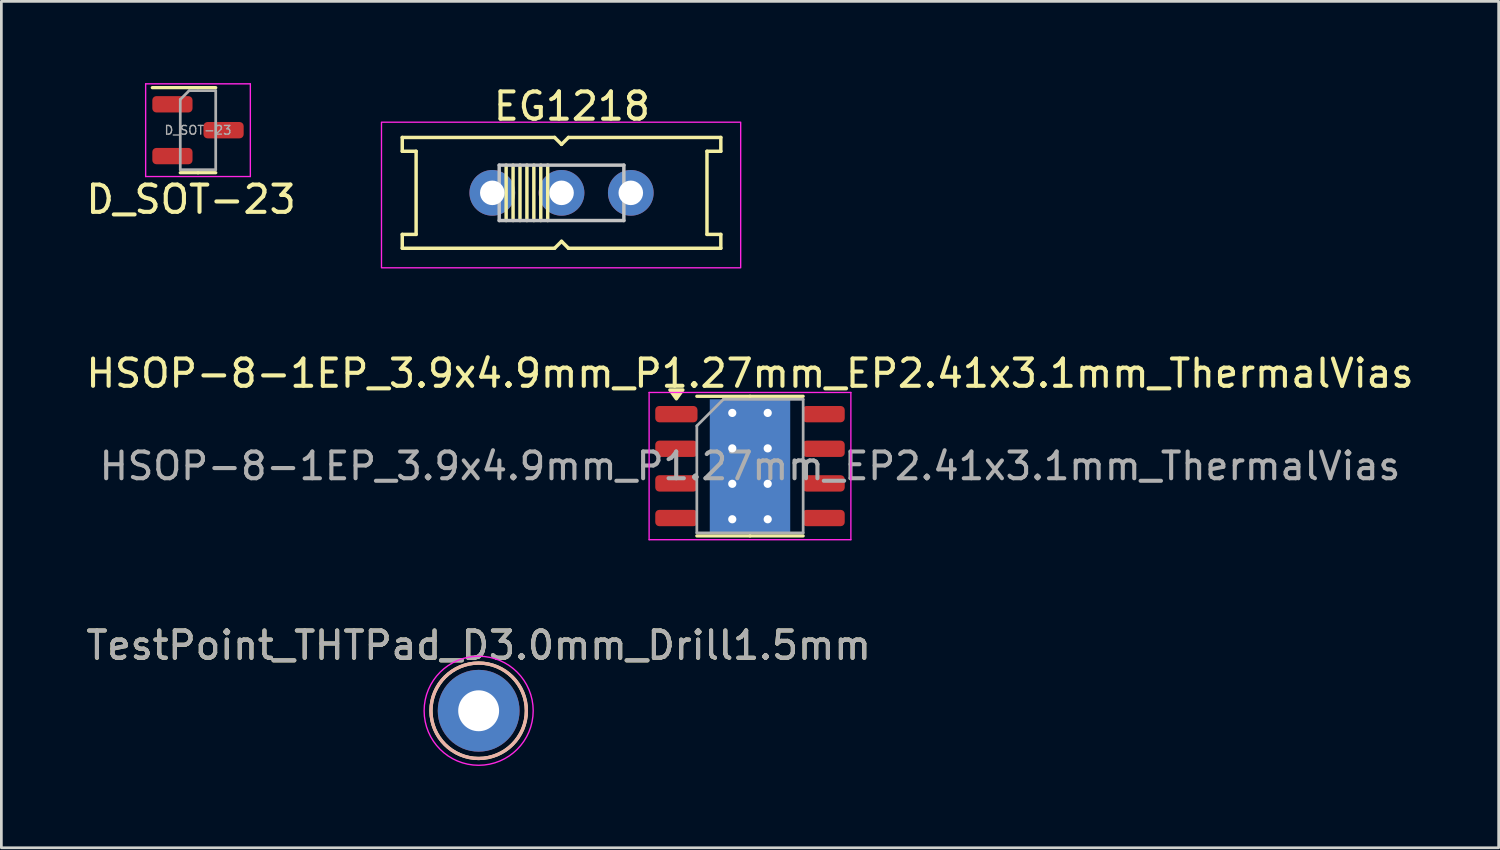
<source format=kicad_pcb>
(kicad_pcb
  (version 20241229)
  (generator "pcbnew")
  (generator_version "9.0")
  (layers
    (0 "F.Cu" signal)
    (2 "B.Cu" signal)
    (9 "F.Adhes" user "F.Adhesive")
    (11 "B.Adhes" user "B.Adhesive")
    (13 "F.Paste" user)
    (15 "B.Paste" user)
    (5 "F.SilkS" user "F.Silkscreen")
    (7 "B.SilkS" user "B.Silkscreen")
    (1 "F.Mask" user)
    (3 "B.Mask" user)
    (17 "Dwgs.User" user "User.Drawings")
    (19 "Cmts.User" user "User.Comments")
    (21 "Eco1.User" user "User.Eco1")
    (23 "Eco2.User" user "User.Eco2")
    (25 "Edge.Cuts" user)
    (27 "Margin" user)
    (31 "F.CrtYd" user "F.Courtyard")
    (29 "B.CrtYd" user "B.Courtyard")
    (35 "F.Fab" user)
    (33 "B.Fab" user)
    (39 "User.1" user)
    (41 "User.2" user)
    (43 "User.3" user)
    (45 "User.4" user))
  (footprint "TestPoint_THTPad_D3.0mm_Drill1.5mm"
    (layer "F.Cu")
    (at 14.506 23.019)
    (property "Reference" "TestPoint_THTPad_D3.0mm_Drill1.5mm" (at 0 -2.398 0) (layer "F.SilkS") (effects (font (size 1 1) (thickness 0.15))))
    (attr exclude_from_pos_files exclude_from_bom)
    (fp_circle (center 0 0) (end 0 1.75) (stroke (width 0.12) (type solid)) (fill no) (layer "F.SilkS"))
    (fp_circle (center 0 0) (end 0 1.75) (stroke (width 0.12) (type solid)) (fill no) (layer "B.SilkS"))
    (fp_circle (center 0 0) (end 2 0) (stroke (width 0.05) (type solid)) (fill no) (layer "F.CrtYd"))
    (fp_text user "${REFERENCE}" (at 0 -2.4 0) (layer "F.Fab") (effects (font (size 1 1) (thickness 0.15))))
    (pad "1" thru_hole circle (at 0 0) (size 3 3) (drill 1.5) (layers "*.Cu" "*.Mask")))
  (footprint "D_SOT-23"
    (layer "F.Cu")
    (at 4.212 1.725)
    (property "Reference" "D_SOT-23" (at -0.254 2.54 0) (layer "F.SilkS") (effects (font (size 1 1) (thickness 0.15))))
    (attr smd)
    (fp_line (start 0 -1.56) (end -1.675 -1.56) (stroke (width 0.12) (type solid)) (layer "F.SilkS"))
    (fp_line (start 0 -1.56) (end 0.65 -1.56) (stroke (width 0.12) (type solid)) (layer "F.SilkS"))
    (fp_line (start 0 1.56) (end -0.65 1.56) (stroke (width 0.12) (type solid)) (layer "F.SilkS"))
    (fp_line (start 0 1.56) (end 0.65 1.56) (stroke (width 0.12) (type solid)) (layer "F.SilkS"))
    (fp_line (start -1.92 -1.7) (end -1.92 1.7) (stroke (width 0.05) (type solid)) (layer "F.CrtYd"))
    (fp_line (start -1.92 1.7) (end 1.92 1.7) (stroke (width 0.05) (type solid)) (layer "F.CrtYd"))
    (fp_line (start 1.92 -1.7) (end -1.92 -1.7) (stroke (width 0.05) (type solid)) (layer "F.CrtYd"))
    (fp_line (start 1.92 1.7) (end 1.92 -1.7) (stroke (width 0.05) (type solid)) (layer "F.CrtYd"))
    (fp_line (start -0.65 -1.125) (end -0.325 -1.45) (stroke (width 0.1) (type solid)) (layer "F.Fab"))
    (fp_line (start -0.65 1.45) (end -0.65 -1.125) (stroke (width 0.1) (type solid)) (layer "F.Fab"))
    (fp_line (start -0.325 -1.45) (end 0.65 -1.45) (stroke (width 0.1) (type solid)) (layer "F.Fab"))
    (fp_line (start 0.65 -1.45) (end 0.65 1.45) (stroke (width 0.1) (type solid)) (layer "F.Fab"))
    (fp_line (start 0.65 1.45) (end -0.65 1.45) (stroke (width 0.1) (type solid)) (layer "F.Fab"))
    (fp_text user "${REFERENCE}" (at 0 0 0) (layer "F.Fab") (effects (font (size 0.32 0.32) (thickness 0.05))))
    (pad "" smd roundrect (at -0.938 0.95) (size 1.475 0.6) (layers "F.Cu" "F.Mask" "F.Paste") (roundrect_rratio 0.25))
    (pad "1" smd roundrect (at 0.938 0) (size 1.475 0.6) (layers "F.Cu" "F.Mask" "F.Paste") (roundrect_rratio 0.25))
    (pad "2" smd roundrect (at -0.938 -0.95) (size 1.475 0.6) (layers "F.Cu" "F.Mask" "F.Paste") (roundrect_rratio 0.25)))
  (footprint "EG1218"
    (layer "F.Cu")
    (at 17.546 4.023)
    (property "Reference" "EG1218" (at 0.381 -3.175 0) (layer "F.SilkS") (effects (font (size 1 1) (thickness 0.15))))
    (attr through_hole)
    (fp_line (start -5.842 -2.032) (end -0.254 -2.032) (stroke (width 0.127) (type solid)) (layer "F.SilkS"))
    (fp_line (start -5.842 -1.524) (end -5.842 -2.032) (stroke (width 0.127) (type solid)) (layer "F.SilkS"))
    (fp_line (start -5.842 1.524) (end -5.334 1.524) (stroke (width 0.127) (type solid)) (layer "F.SilkS"))
    (fp_line (start -5.842 2.032) (end -5.842 1.524) (stroke (width 0.127) (type solid)) (layer "F.SilkS"))
    (fp_line (start -5.334 -1.524) (end -5.842 -1.524) (stroke (width 0.127) (type solid)) (layer "F.SilkS"))
    (fp_line (start -5.334 1.524) (end -5.334 -1.524) (stroke (width 0.127) (type solid)) (layer "F.SilkS"))
    (fp_line (start -2.032 -1.016) (end -2.032 1.016) (stroke (width 0.127) (type solid)) (layer "F.SilkS"))
    (fp_line (start -1.778 1.016) (end -1.778 -1.016) (stroke (width 0.127) (type solid)) (layer "F.SilkS"))
    (fp_line (start -1.524 -1.016) (end -1.524 1.016) (stroke (width 0.127) (type solid)) (layer "F.SilkS"))
    (fp_line (start -1.27 1.016) (end -1.27 -1.016) (stroke (width 0.127) (type solid)) (layer "F.SilkS"))
    (fp_line (start -1.016 -1.016) (end -1.016 1.016) (stroke (width 0.127) (type solid)) (layer "F.SilkS"))
    (fp_line (start -0.762 1.016) (end -0.762 -1.016) (stroke (width 0.127) (type solid)) (layer "F.SilkS"))
    (fp_line (start -0.508 -1.016) (end -0.508 1.016) (stroke (width 0.127) (type solid)) (layer "F.SilkS"))
    (fp_line (start -0.254 -2.032) (end 0 -1.778) (stroke (width 0.127) (type solid)) (layer "F.SilkS"))
    (fp_line (start -0.254 2.032) (end -5.842 2.032) (stroke (width 0.127) (type solid)) (layer "F.SilkS"))
    (fp_line (start 0 -1.778) (end 0.254 -2.032) (stroke (width 0.127) (type solid)) (layer "F.SilkS"))
    (fp_line (start 0 1.778) (end -0.254 2.032) (stroke (width 0.127) (type solid)) (layer "F.SilkS"))
    (fp_line (start 0.254 -2.032) (end 5.842 -2.032) (stroke (width 0.127) (type solid)) (layer "F.SilkS"))
    (fp_line (start 0.254 2.032) (end 0 1.778) (stroke (width 0.127) (type solid)) (layer "F.SilkS"))
    (fp_line (start 5.334 -1.524) (end 5.334 1.524) (stroke (width 0.127) (type solid)) (layer "F.SilkS"))
    (fp_line (start 5.334 1.524) (end 5.842 1.524) (stroke (width 0.127) (type solid)) (layer "F.SilkS"))
    (fp_line (start 5.842 -2.032) (end 5.842 -1.524) (stroke (width 0.127) (type solid)) (layer "F.SilkS"))
    (fp_line (start 5.842 -1.524) (end 5.334 -1.524) (stroke (width 0.127) (type solid)) (layer "F.SilkS"))
    (fp_line (start 5.842 1.524) (end 5.842 2.032) (stroke (width 0.127) (type solid)) (layer "F.SilkS"))
    (fp_line (start 5.842 2.032) (end 0.254 2.032) (stroke (width 0.127) (type solid)) (layer "F.SilkS"))
    (fp_line (start -2.286 -1.016) (end 2.286 -1.016) (stroke (width 0.127) (type solid)) (layer "Dwgs.User"))
    (fp_line (start -2.286 1.016) (end -2.286 -1.016) (stroke (width 0.127) (type solid)) (layer "Dwgs.User"))
    (fp_line (start 2.286 -1.016) (end 2.286 1.016) (stroke (width 0.127) (type solid)) (layer "Dwgs.User"))
    (fp_line (start 2.286 1.016) (end -2.286 1.016) (stroke (width 0.127) (type solid)) (layer "Dwgs.User"))
    (fp_poly (pts (xy 6.57 -2.591) (xy -6.604 -2.591) (xy -6.604 2.749) (xy 6.57 2.749)) (stroke (width 0.05) (type solid)) (fill no) (layer "F.CrtYd"))
    (pad "1" thru_hole circle (at -2.54 0) (size 1.676 1.676) (drill 0.9) (layers "*.Cu" "*.Mask"))
    (pad "2" thru_hole circle (at 0 0) (size 1.676 1.676) (drill 0.9) (layers "*.Cu" "*.Mask"))
    (pad "3" thru_hole circle (at 2.54 0) (size 1.676 1.676) (drill 0.9) (layers "*.Cu" "*.Mask")))
  (footprint "HSOP-8-1EP_3.9x4.9mm_P1.27mm_EP2.41x3.1mm_ThermalVias"
    (layer "F.Cu")
    (at 24.458 14.045)
    (property "Reference" "HSOP-8-1EP_3.9x4.9mm_P1.27mm_EP2.41x3.1mm_ThermalVias" (at 0 -3.4 0) (layer "F.SilkS") (effects (font (size 1 1) (thickness 0.15))))
    (attr smd)
    (fp_line (start 0 -2.56) (end -1.95 -2.56) (stroke (width 0.12) (type solid)) (layer "F.SilkS"))
    (fp_line (start 0 -2.56) (end 1.95 -2.56) (stroke (width 0.12) (type solid)) (layer "F.SilkS"))
    (fp_line (start 0 2.56) (end -1.95 2.56) (stroke (width 0.12) (type solid)) (layer "F.SilkS"))
    (fp_line (start 0 2.56) (end 1.95 2.56) (stroke (width 0.12) (type solid)) (layer "F.SilkS"))
    (fp_poly (pts (xy -2.7 -2.465) (xy -2.94 -2.795) (xy -2.46 -2.795) (xy -2.7 -2.465)) (stroke (width 0.12) (type solid)) (fill yes) (layer "F.SilkS"))
    (fp_line (start -3.7 -2.7) (end -3.7 2.7) (stroke (width 0.05) (type solid)) (layer "F.CrtYd"))
    (fp_line (start -3.7 2.7) (end 3.7 2.7) (stroke (width 0.05) (type solid)) (layer "F.CrtYd"))
    (fp_line (start 3.7 -2.7) (end -3.7 -2.7) (stroke (width 0.05) (type solid)) (layer "F.CrtYd"))
    (fp_line (start 3.7 2.7) (end 3.7 -2.7) (stroke (width 0.05) (type solid)) (layer "F.CrtYd"))
    (fp_line (start -1.95 -1.475) (end -0.975 -2.45) (stroke (width 0.1) (type solid)) (layer "F.Fab"))
    (fp_line (start -1.95 2.45) (end -1.95 -1.475) (stroke (width 0.1) (type solid)) (layer "F.Fab"))
    (fp_line (start -0.975 -2.45) (end 1.95 -2.45) (stroke (width 0.1) (type solid)) (layer "F.Fab"))
    (fp_line (start 1.95 -2.45) (end 1.95 2.45) (stroke (width 0.1) (type solid)) (layer "F.Fab"))
    (fp_line (start 1.95 2.45) (end -1.95 2.45) (stroke (width 0.1) (type solid)) (layer "F.Fab"))
    (fp_text user "${REFERENCE}" (at 0 0 0) (layer "F.Fab") (effects (font (size 0.98 0.98) (thickness 0.15))))
    (pad "1" smd roundrect (at -2.7 -1.905) (size 1.55 0.6) (layers "F.Cu" "F.Mask" "F.Paste") (roundrect_rratio 0.25))
    (pad "2" smd roundrect (at -2.7 -0.635) (size 1.55 0.6) (layers "F.Cu" "F.Mask" "F.Paste") (roundrect_rratio 0.25))
    (pad "3" smd roundrect (at -2.7 0.635) (size 1.55 0.6) (layers "F.Cu" "F.Mask" "F.Paste") (roundrect_rratio 0.25))
    (pad "4" smd roundrect (at -2.7 1.905) (size 1.55 0.6) (layers "F.Cu" "F.Mask" "F.Paste") (roundrect_rratio 0.25))
    (pad "5" smd roundrect (at 2.7 1.905) (size 1.55 0.6) (layers "F.Cu" "F.Mask" "F.Paste") (roundrect_rratio 0.25))
    (pad "6" smd roundrect (at 2.7 0.635) (size 1.55 0.6) (layers "F.Cu" "F.Mask" "F.Paste") (roundrect_rratio 0.25))
    (pad "7" smd roundrect (at 2.7 -0.635) (size 1.55 0.6) (layers "F.Cu" "F.Mask" "F.Paste") (roundrect_rratio 0.25))
    (pad "8" smd roundrect (at 2.7 -1.905) (size 1.55 0.6) (layers "F.Cu" "F.Mask" "F.Paste") (roundrect_rratio 0.25))
    (pad "9" thru_hole circle (at -0.65 -1.95) (size 0.5 0.5) (drill 0.3) (property pad_prop_heatsink) (layers "*.Cu"))
    (pad "9" thru_hole circle (at -0.65 -0.65) (size 0.5 0.5) (drill 0.3) (property pad_prop_heatsink) (layers "*.Cu"))
    (pad "9" thru_hole circle (at -0.65 0.65) (size 0.5 0.5) (drill 0.3) (property pad_prop_heatsink) (layers "*.Cu"))
    (pad "9" thru_hole circle (at -0.65 1.95) (size 0.5 0.5) (drill 0.3) (property pad_prop_heatsink) (layers "*.Cu"))
    (pad "9" smd rect (at 0 0) (size 2.71 3.4) (property pad_prop_heatsink) (layers "F.Cu" "F.Mask" "F.Paste"))
    (pad "9" smd rect (at 0 0) (size 2.95 4.9) (property pad_prop_heatsink) (layers "B.Cu"))
    (pad "9" thru_hole circle (at 0.65 -1.95) (size 0.5 0.5) (drill 0.3) (property pad_prop_heatsink) (layers "*.Cu"))
    (pad "9" thru_hole circle (at 0.65 -0.65) (size 0.5 0.5) (drill 0.3) (property pad_prop_heatsink) (layers "*.Cu"))
    (pad "9" thru_hole circle (at 0.65 0.65) (size 0.5 0.5) (drill 0.3) (property pad_prop_heatsink) (layers "*.Cu"))
    (pad "9" thru_hole circle (at 0.65 1.95) (size 0.5 0.5) (drill 0.3) (property pad_prop_heatsink) (layers "*.Cu")))
  (gr_rect
    (start -3 -3)
    (end 51.917 28.044)
    (stroke (width 0.1) (type default))
    (fill no)
    (layer "Edge.Cuts")))
</source>
